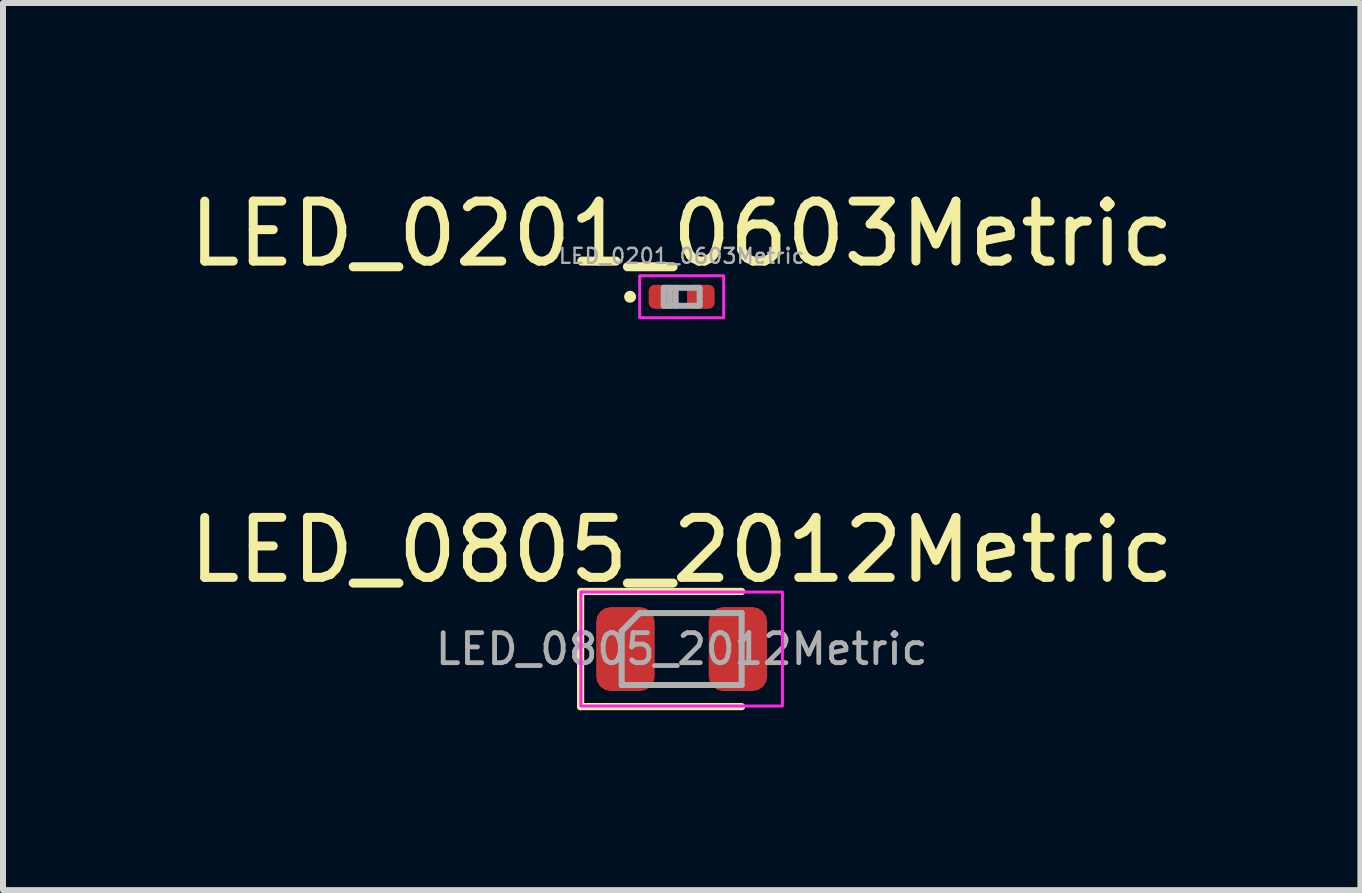
<source format=kicad_pcb>
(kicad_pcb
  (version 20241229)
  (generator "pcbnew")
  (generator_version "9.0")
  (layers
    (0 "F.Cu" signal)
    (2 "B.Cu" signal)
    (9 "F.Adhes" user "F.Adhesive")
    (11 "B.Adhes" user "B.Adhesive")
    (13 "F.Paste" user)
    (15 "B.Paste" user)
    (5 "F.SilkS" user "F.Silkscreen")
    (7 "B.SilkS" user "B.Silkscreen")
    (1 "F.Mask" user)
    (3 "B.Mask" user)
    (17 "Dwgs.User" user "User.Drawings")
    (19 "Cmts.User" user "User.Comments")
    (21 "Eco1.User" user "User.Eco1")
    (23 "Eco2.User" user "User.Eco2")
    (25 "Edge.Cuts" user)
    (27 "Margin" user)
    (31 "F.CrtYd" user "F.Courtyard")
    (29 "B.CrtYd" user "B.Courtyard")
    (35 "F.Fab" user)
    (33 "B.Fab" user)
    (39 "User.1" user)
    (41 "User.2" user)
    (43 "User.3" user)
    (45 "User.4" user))
  (footprint "LED_0805_2012Metric"
    (layer "F.Cu")
    (at 8.315 7.771)
    (property "Reference" "LED_0805_2012Metric" (at 0 -1.65 0) (layer "F.SilkS") (effects (font (size 1 1) (thickness 0.15))))
    (attr smd)
    (fp_line (start -1.685 -0.96) (end -1.685 0.96) (stroke (width 0.12) (type solid)) (layer "F.SilkS"))
    (fp_line (start -1.685 0.96) (end 1 0.96) (stroke (width 0.12) (type solid)) (layer "F.SilkS"))
    (fp_line (start 1 -0.96) (end -1.685 -0.96) (stroke (width 0.12) (type solid)) (layer "F.SilkS"))
    (fp_rect (start -1.68 -0.95) (end 1.68 0.95) (stroke (width 0.05) (type solid)) (fill no) (layer "F.CrtYd"))
    (fp_line (start -1 -0.3) (end -1 0.6) (stroke (width 0.1) (type solid)) (layer "F.Fab"))
    (fp_line (start -1 0.6) (end 1 0.6) (stroke (width 0.1) (type solid)) (layer "F.Fab"))
    (fp_line (start -0.7 -0.6) (end -1 -0.3) (stroke (width 0.1) (type solid)) (layer "F.Fab"))
    (fp_line (start 1 -0.6) (end -0.7 -0.6) (stroke (width 0.1) (type solid)) (layer "F.Fab"))
    (fp_line (start 1 0.6) (end 1 -0.6) (stroke (width 0.1) (type solid)) (layer "F.Fab"))
    (fp_text user "${REFERENCE}" (at 0 0 0) (layer "F.Fab") (effects (font (size 0.5 0.5) (thickness 0.08))))
    (pad "1" smd roundrect (at -0.938 0) (size 0.975 1.4) (layers "F.Cu" "F.Mask" "F.Paste") (roundrect_rratio 0.25))
    (pad "2" smd roundrect (at 0.938 0) (size 0.975 1.4) (layers "F.Cu" "F.Mask" "F.Paste") (roundrect_rratio 0.25)))
  (footprint "LED_0201_0603Metric"
    (layer "F.Cu")
    (at 8.315 1.898)
    (property "Reference" "LED_0201_0603Metric" (at 0 -1.05 0) (layer "F.SilkS") (effects (font (size 1 1) (thickness 0.15))))
    (attr smd)
    (fp_circle (center -0.86 0) (end -0.81 0) (stroke (width 0.1) (type solid)) (fill no) (layer "F.SilkS"))
    (fp_rect (start -0.7 -0.35) (end 0.7 0.35) (stroke (width 0.05) (type solid)) (fill no) (layer "F.CrtYd"))
    (fp_line (start -0.2 0.15) (end -0.2 -0.15) (stroke (width 0.1) (type solid)) (layer "F.Fab"))
    (fp_line (start -0.1 0.15) (end -0.1 -0.15) (stroke (width 0.1) (type solid)) (layer "F.Fab"))
    (fp_rect (start -0.3 -0.15) (end 0.3 0.15) (stroke (width 0.1) (type solid)) (fill no) (layer "F.Fab"))
    (fp_text user "${REFERENCE}" (at 0 -0.68 0) (layer "F.Fab") (effects (font (size 0.25 0.25) (thickness 0.04))))
    (pad "" smd roundrect (at -0.345 0) (size 0.318 0.36) (layers "F.Paste") (roundrect_rratio 0.25))
    (pad "" smd roundrect (at 0.345 0) (size 0.318 0.36) (layers "F.Paste") (roundrect_rratio 0.25))
    (pad "1" smd roundrect (at -0.32 0) (size 0.46 0.4) (layers "F.Cu" "F.Mask") (roundrect_rratio 0.25))
    (pad "2" smd roundrect (at 0.32 0) (size 0.46 0.4) (layers "F.Cu" "F.Mask") (roundrect_rratio 0.25)))
  (gr_rect
    (start -3 -3)
    (end 19.631 11.791)
    (stroke (width 0.1) (type default))
    (fill no)
    (layer "Edge.Cuts")))
</source>
